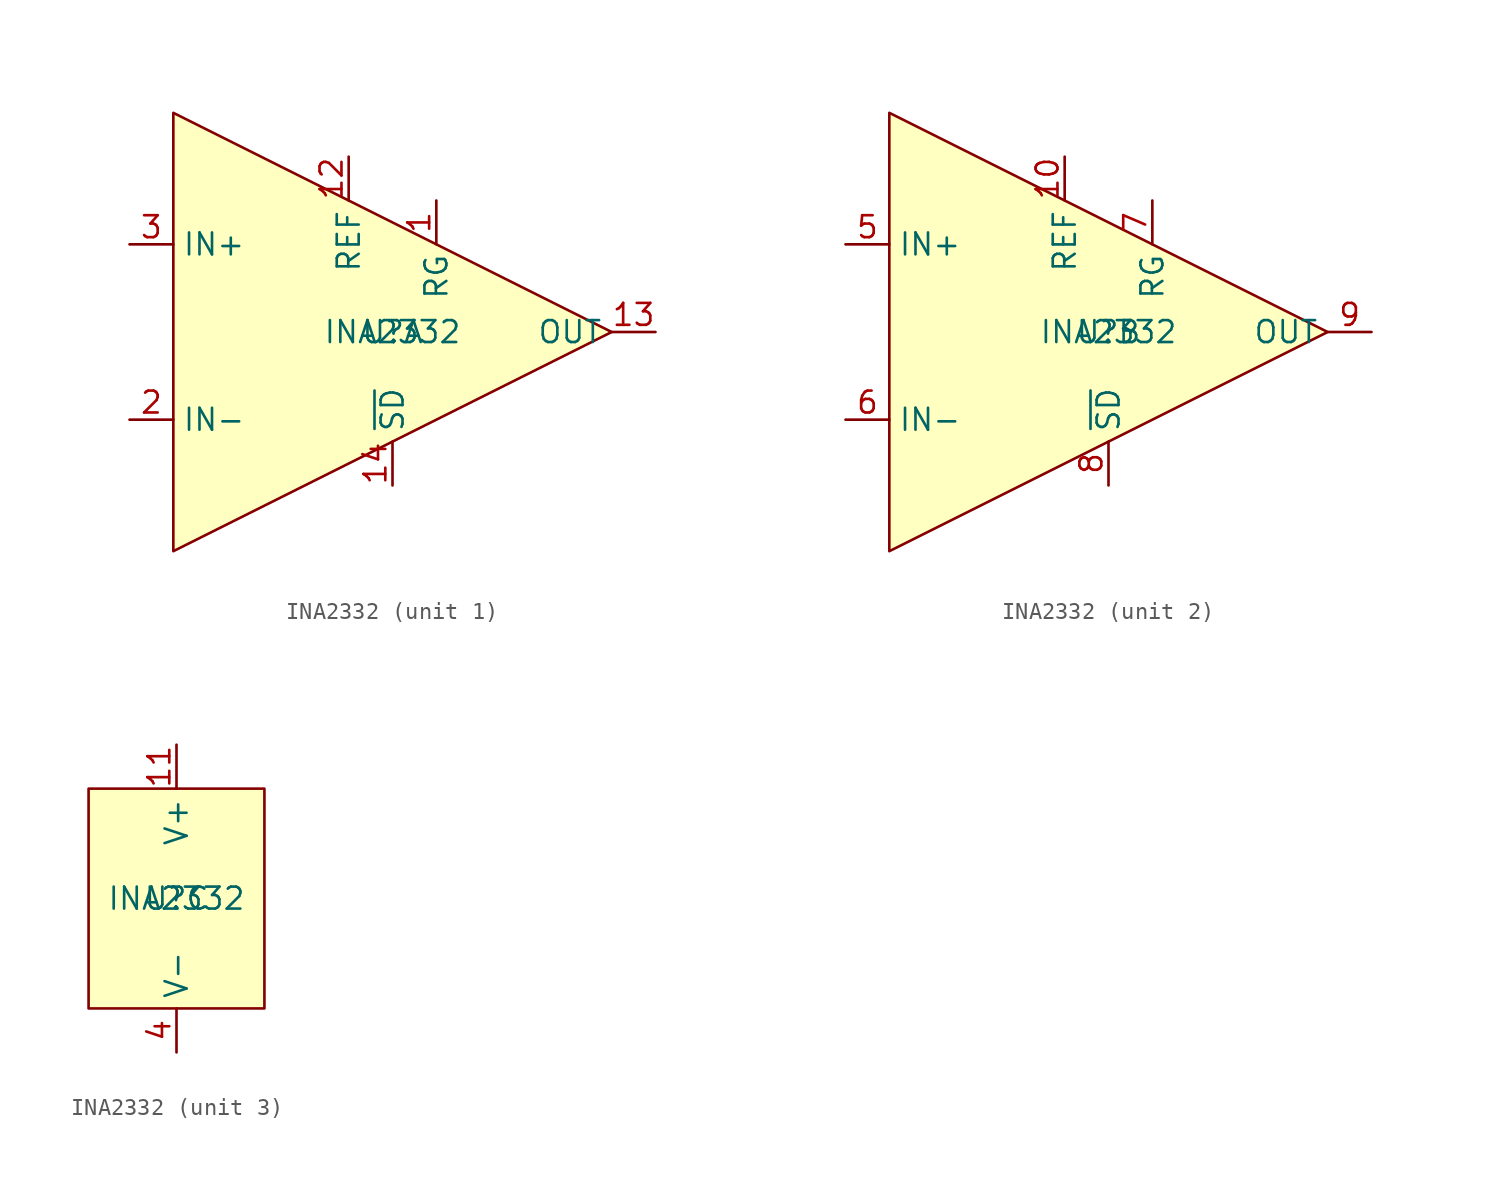
<source format=kicad_sym>
(kicad_symbol_lib
  (version 20241209)
  (generator "kicad_symbol_editor")
  (generator_version "9.0")
  (symbol "INA2332"
    (property "Reference" "U"
      (at 0 0 0)
      (effects (font (size 1.27 1.27))))
    (property "Value" "INA2332"
      (at 0 0 0)
      (effects (font (size 1.27 1.27))))
    (property "ki_locked" ""
      (at 0 0 0)
      (effects (font (size 1.27 1.27))))
    (symbol "INA2332_1_1"
      (polyline (pts (xy -12.7 -12.7) (xy -12.7 12.7) (xy 12.7 0) (xy -12.7 -12.7)) (stroke (width 0) (type solid)) (fill (type background)))
      (pin input line (at -15.24 5.08 0) (length 2.54) (name "IN+" (effects (font (size 1.27 1.27)))) (number "3" (effects (font (size 1.27 1.27)))))
      (pin input line (at -15.24 -5.08 0) (length 2.54) (name "IN-" (effects (font (size 1.27 1.27)))) (number "2" (effects (font (size 1.27 1.27)))))
      (pin passive line (at -2.54 10.16 270) (length 2.54) (name "REF" (effects (font (size 1.27 1.27)))) (number "12" (effects (font (size 1.27 1.27)))))
      (pin input line (at 0 -8.89 90) (length 2.54) (name "~{SD}" (effects (font (size 1.27 1.27)))) (number "14" (effects (font (size 1.27 1.27)))))
      (pin passive line (at 2.54 7.62 270) (length 2.54) (name "RG" (effects (font (size 1.27 1.27)))) (number "1" (effects (font (size 1.27 1.27)))))
      (pin output line (at 15.24 0 180) (length 2.54) (name "OUT" (effects (font (size 1.27 1.27)))) (number "13" (effects (font (size 1.27 1.27))))))
    (symbol "INA2332_2_1"
      (polyline (pts (xy -12.7 -12.7) (xy -12.7 12.7) (xy 12.7 0) (xy -12.7 -12.7)) (stroke (width 0) (type solid)) (fill (type background)))
      (pin input line (at -15.24 5.08 0) (length 2.54) (name "IN+" (effects (font (size 1.27 1.27)))) (number "5" (effects (font (size 1.27 1.27)))))
      (pin input line (at -15.24 -5.08 0) (length 2.54) (name "IN-" (effects (font (size 1.27 1.27)))) (number "6" (effects (font (size 1.27 1.27)))))
      (pin passive line (at -2.54 10.16 270) (length 2.54) (name "REF" (effects (font (size 1.27 1.27)))) (number "10" (effects (font (size 1.27 1.27)))))
      (pin input line (at 0 -8.89 90) (length 2.54) (name "~{SD}" (effects (font (size 1.27 1.27)))) (number "8" (effects (font (size 1.27 1.27)))))
      (pin passive line (at 2.54 7.62 270) (length 2.54) (name "RG" (effects (font (size 1.27 1.27)))) (number "7" (effects (font (size 1.27 1.27)))))
      (pin output line (at 15.24 0 180) (length 2.54) (name "OUT" (effects (font (size 1.27 1.27)))) (number "9" (effects (font (size 1.27 1.27))))))
    (symbol "INA2332_3_1"
      (rectangle (start -5.08 6.35) (end 5.08 -6.35) (stroke (width 0) (type solid)) (fill (type background)))
      (pin power_in line (at 0 8.89 270) (length 2.54) (name "V+" (effects (font (size 1.27 1.27)))) (number "11" (effects (font (size 1.27 1.27)))))
      (pin power_in line (at 0 -8.89 90) (length 2.54) (name "V-" (effects (font (size 1.27 1.27)))) (number "4" (effects (font (size 1.27 1.27))))))))
</source>
